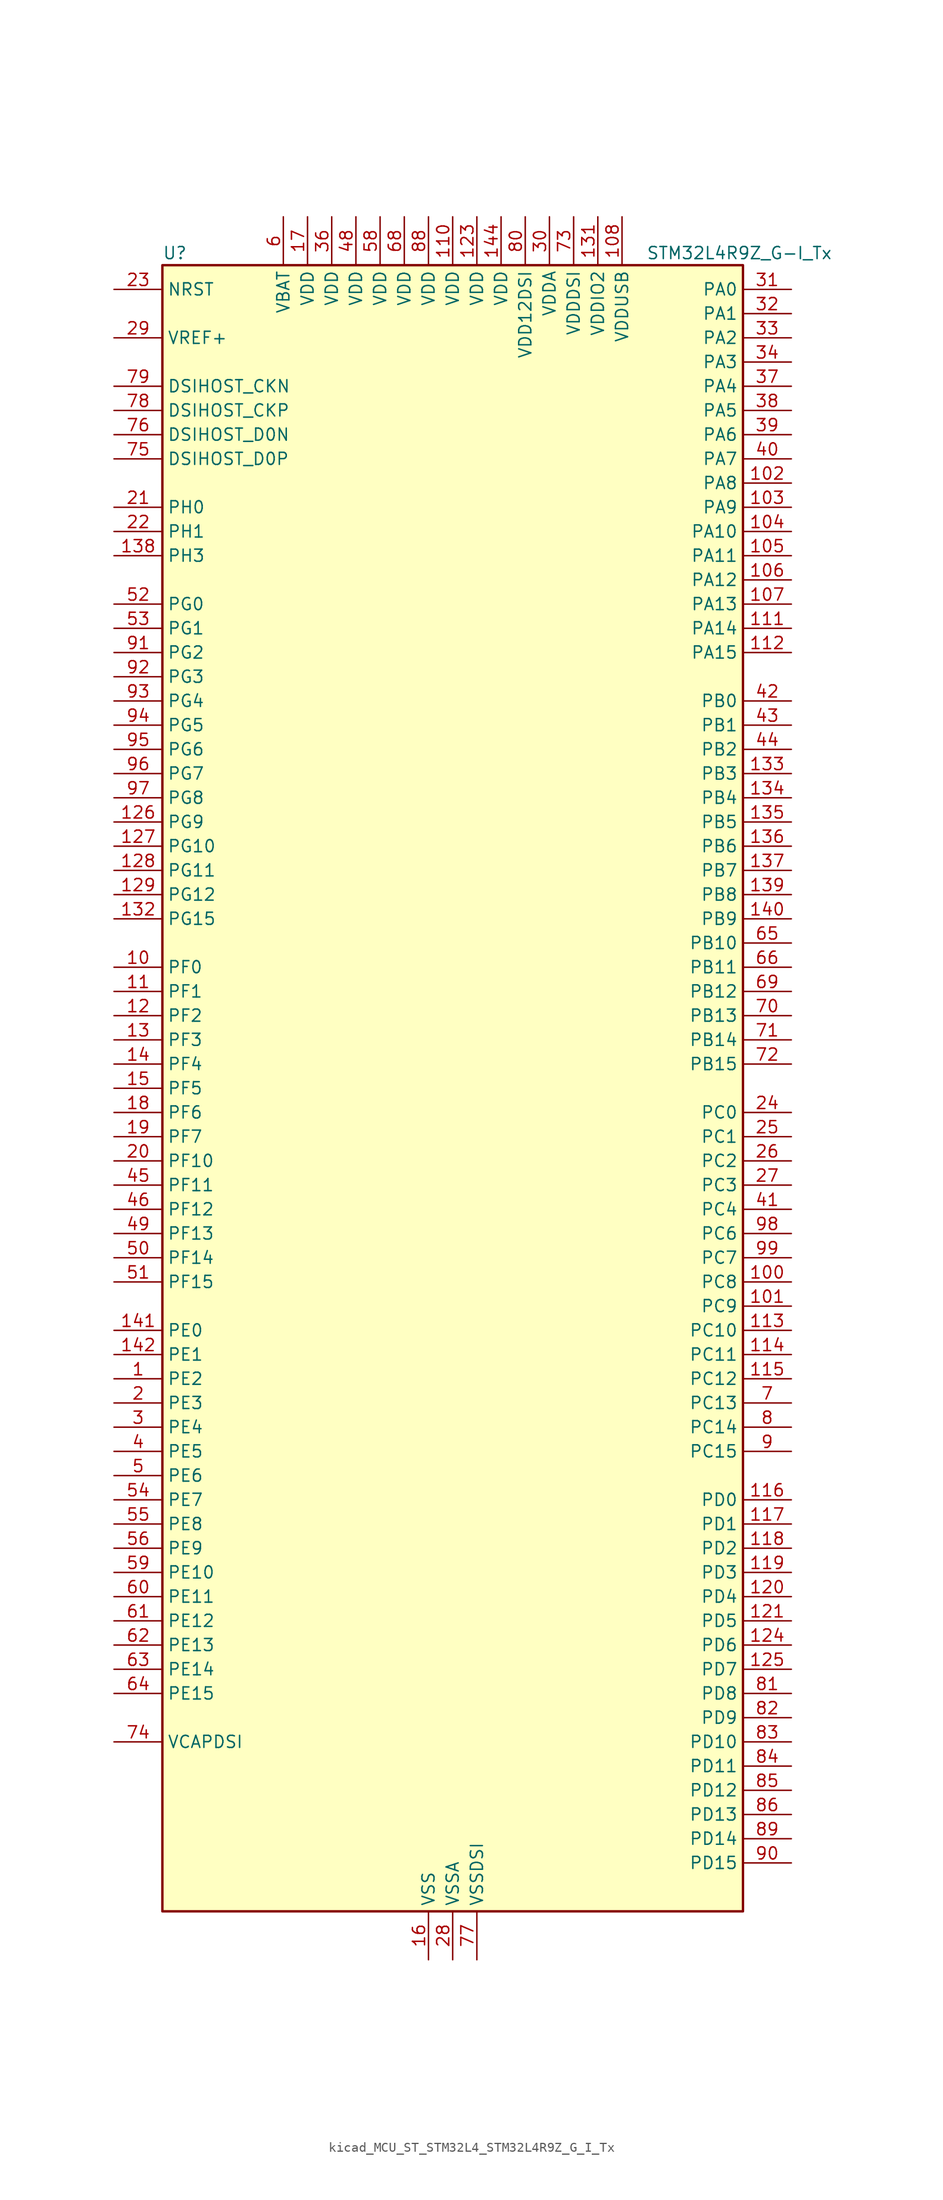
<source format=kicad_sym>
(kicad_symbol_lib
  (version 20220914)
  (generator kicad_symbol_editor)
  (symbol "kicad_MCU_ST_STM32L4_STM32L4R9Z_G_I_Tx"
    (property "Reference" "U"
      (at -30.48 87.63 0)
      (effects (font (size 1.27 1.27)) (justify left)))
    (property "Value" "STM32L4R9Z_G-I_Tx"
      (at 20.32 87.63 0)
      (effects (font (size 1.27 1.27)) (justify left)))
    (property "ki_locked" ""
      (at 0 0 0)
      (effects (font (size 1.27 1.27))))
    (symbol "kicad_MCU_ST_STM32L4_STM32L4R9Z_G_I_Tx_0_1"
      (rectangle (start -30.48 -86.36) (end 30.48 86.36) (stroke (width 0.254) (type default)) (fill (type background))))
    (symbol "kicad_MCU_ST_STM32L4_STM32L4R9Z_G_I_Tx_1_1"
      (pin bidirectional line (at -35.56 -30.48 0) (length 5.08) (name "PE2" (effects (font (size 1.27 1.27)))) (number "1" (effects (font (size 1.27 1.27)))) (alternate "FMC_A23" bidirectional line) (alternate "LTDC_R0" bidirectional line) (alternate "SAI1_CK1" bidirectional line) (alternate "SAI1_MCLK_A" bidirectional line) (alternate "SYS_TRACECLK" bidirectional line) (alternate "TIM3_ETR" bidirectional line) (alternate "TSC_G7_IO1" bidirectional line))
      (pin bidirectional line (at -35.56 12.7 0) (length 5.08) (name "PF0" (effects (font (size 1.27 1.27)))) (number "10" (effects (font (size 1.27 1.27)))) (alternate "FMC_A0" bidirectional line) (alternate "I2C2_SDA" bidirectional line) (alternate "OCTOSPIM_P2_IO0" bidirectional line))
      (pin bidirectional line (at 35.56 -20.32 180) (length 5.08) (name "PC8" (effects (font (size 1.27 1.27)))) (number "100" (effects (font (size 1.27 1.27)))) (alternate "DCMI_D2" bidirectional line) (alternate "SDMMC1_D0" bidirectional line) (alternate "TIM3_CH3" bidirectional line) (alternate "TIM8_CH3" bidirectional line) (alternate "TSC_G4_IO3" bidirectional line))
      (pin bidirectional line (at 35.56 -22.86 180) (length 5.08) (name "PC9" (effects (font (size 1.27 1.27)))) (number "101" (effects (font (size 1.27 1.27)))) (alternate "DAC1_EXTI9" bidirectional line) (alternate "DCMI_D3" bidirectional line) (alternate "I2C3_SDA" bidirectional line) (alternate "SAI2_EXTCLK" bidirectional line) (alternate "SDMMC1_D1" bidirectional line) (alternate "SYS_TRACED0" bidirectional line) (alternate "TIM3_CH4" bidirectional line) (alternate "TIM8_BKIN2" bidirectional line) (alternate "TIM8_CH4" bidirectional line) (alternate "TSC_G4_IO4" bidirectional line) (alternate "USB_OTG_FS_NOE" bidirectional line))
      (pin bidirectional line (at 35.56 63.5 180) (length 5.08) (name "PA8" (effects (font (size 1.27 1.27)))) (number "102" (effects (font (size 1.27 1.27)))) (alternate "LPTIM2_OUT" bidirectional line) (alternate "RCC_MCO" bidirectional line) (alternate "SAI1_CK2" bidirectional line) (alternate "SAI1_SCK_A" bidirectional line) (alternate "TIM1_CH1" bidirectional line) (alternate "USART1_CK" bidirectional line) (alternate "USB_OTG_FS_SOF" bidirectional line))
      (pin bidirectional line (at 35.56 60.96 180) (length 5.08) (name "PA9" (effects (font (size 1.27 1.27)))) (number "103" (effects (font (size 1.27 1.27)))) (alternate "DAC1_EXTI9" bidirectional line) (alternate "DCMI_D0" bidirectional line) (alternate "SAI1_FS_A" bidirectional line) (alternate "SPI2_SCK" bidirectional line) (alternate "TIM15_BKIN" bidirectional line) (alternate "TIM1_CH2" bidirectional line) (alternate "USART1_TX" bidirectional line) (alternate "USB_OTG_FS_VBUS" bidirectional line))
      (pin bidirectional line (at 35.56 58.42 180) (length 5.08) (name "PA10" (effects (font (size 1.27 1.27)))) (number "104" (effects (font (size 1.27 1.27)))) (alternate "DCMI_D1" bidirectional line) (alternate "SAI1_D1" bidirectional line) (alternate "SAI1_SD_A" bidirectional line) (alternate "TIM17_BKIN" bidirectional line) (alternate "TIM1_CH3" bidirectional line) (alternate "USART1_RX" bidirectional line) (alternate "USB_OTG_FS_ID" bidirectional line))
      (pin bidirectional line (at 35.56 55.88 180) (length 5.08) (name "PA11" (effects (font (size 1.27 1.27)))) (number "105" (effects (font (size 1.27 1.27)))) (alternate "ADC1_EXTI11" bidirectional line) (alternate "CAN1_RX" bidirectional line) (alternate "SPI1_MISO" bidirectional line) (alternate "TIM1_BKIN2" bidirectional line) (alternate "TIM1_CH4" bidirectional line) (alternate "USART1_CTS" bidirectional line) (alternate "USART1_NSS" bidirectional line) (alternate "USB_OTG_FS_DM" bidirectional line))
      (pin bidirectional line (at 35.56 53.34 180) (length 5.08) (name "PA12" (effects (font (size 1.27 1.27)))) (number "106" (effects (font (size 1.27 1.27)))) (alternate "CAN1_TX" bidirectional line) (alternate "SPI1_MOSI" bidirectional line) (alternate "TIM1_ETR" bidirectional line) (alternate "USART1_DE" bidirectional line) (alternate "USART1_RTS" bidirectional line) (alternate "USB_OTG_FS_DP" bidirectional line))
      (pin bidirectional line (at 35.56 50.8 180) (length 5.08) (name "PA13" (effects (font (size 1.27 1.27)))) (number "107" (effects (font (size 1.27 1.27)))) (alternate "IR_OUT" bidirectional line) (alternate "SAI1_SD_B" bidirectional line) (alternate "SYS_JTMS-SWDIO" bidirectional line) (alternate "USB_OTG_FS_NOE" bidirectional line))
      (pin power_in line (at 17.78 91.44 270) (length 5.08) (name "VDDUSB" (effects (font (size 1.27 1.27)))) (number "108" (effects (font (size 1.27 1.27)))))
      (pin passive line (at -2.54 -91.44 90) (length 5.08) hide (name "VSS" (effects (font (size 1.27 1.27)))) (number "109" (effects (font (size 1.27 1.27)))))
      (pin bidirectional line (at -35.56 10.16 0) (length 5.08) (name "PF1" (effects (font (size 1.27 1.27)))) (number "11" (effects (font (size 1.27 1.27)))) (alternate "FMC_A1" bidirectional line) (alternate "I2C2_SCL" bidirectional line) (alternate "OCTOSPIM_P2_IO1" bidirectional line))
      (pin power_in line (at 0 91.44 270) (length 5.08) (name "VDD" (effects (font (size 1.27 1.27)))) (number "110" (effects (font (size 1.27 1.27)))))
      (pin bidirectional line (at 35.56 48.26 180) (length 5.08) (name "PA14" (effects (font (size 1.27 1.27)))) (number "111" (effects (font (size 1.27 1.27)))) (alternate "I2C1_SMBA" bidirectional line) (alternate "I2C4_SMBA" bidirectional line) (alternate "LPTIM1_OUT" bidirectional line) (alternate "SAI1_FS_B" bidirectional line) (alternate "SYS_JTCK-SWCLK" bidirectional line) (alternate "USB_OTG_FS_SOF" bidirectional line))
      (pin bidirectional line (at 35.56 45.72 180) (length 5.08) (name "PA15" (effects (font (size 1.27 1.27)))) (number "112" (effects (font (size 1.27 1.27)))) (alternate "ADC1_EXTI15" bidirectional line) (alternate "SAI2_FS_B" bidirectional line) (alternate "SPI1_NSS" bidirectional line) (alternate "SPI3_NSS" bidirectional line) (alternate "SYS_JTDI" bidirectional line) (alternate "TIM2_CH1" bidirectional line) (alternate "TIM2_ETR" bidirectional line) (alternate "TSC_G3_IO1" bidirectional line) (alternate "UART4_DE" bidirectional line) (alternate "UART4_RTS" bidirectional line) (alternate "USART2_RX" bidirectional line) (alternate "USART3_DE" bidirectional line) (alternate "USART3_RTS" bidirectional line))
      (pin bidirectional line (at 35.56 -25.4 180) (length 5.08) (name "PC10" (effects (font (size 1.27 1.27)))) (number "113" (effects (font (size 1.27 1.27)))) (alternate "DCMI_D8" bidirectional line) (alternate "SAI2_SCK_B" bidirectional line) (alternate "SDMMC1_D2" bidirectional line) (alternate "SPI3_SCK" bidirectional line) (alternate "SYS_TRACED1" bidirectional line) (alternate "TSC_G3_IO2" bidirectional line) (alternate "UART4_TX" bidirectional line) (alternate "USART3_TX" bidirectional line))
      (pin bidirectional line (at 35.56 -27.94 180) (length 5.08) (name "PC11" (effects (font (size 1.27 1.27)))) (number "114" (effects (font (size 1.27 1.27)))) (alternate "ADC1_EXTI11" bidirectional line) (alternate "DCMI_D2" bidirectional line) (alternate "DCMI_D4" bidirectional line) (alternate "OCTOSPIM_P1_NCS" bidirectional line) (alternate "SAI2_MCLK_B" bidirectional line) (alternate "SDMMC1_D3" bidirectional line) (alternate "SPI3_MISO" bidirectional line) (alternate "TSC_G3_IO3" bidirectional line) (alternate "UART4_RX" bidirectional line) (alternate "USART3_RX" bidirectional line))
      (pin bidirectional line (at 35.56 -30.48 180) (length 5.08) (name "PC12" (effects (font (size 1.27 1.27)))) (number "115" (effects (font (size 1.27 1.27)))) (alternate "DCMI_D9" bidirectional line) (alternate "SAI2_SD_B" bidirectional line) (alternate "SDMMC1_CK" bidirectional line) (alternate "SPI3_MOSI" bidirectional line) (alternate "SYS_TRACED3" bidirectional line) (alternate "TSC_G3_IO4" bidirectional line) (alternate "UART5_TX" bidirectional line) (alternate "USART3_CK" bidirectional line))
      (pin bidirectional line (at 35.56 -43.18 180) (length 5.08) (name "PD0" (effects (font (size 1.27 1.27)))) (number "116" (effects (font (size 1.27 1.27)))) (alternate "CAN1_RX" bidirectional line) (alternate "DFSDM1_DATIN7" bidirectional line) (alternate "FMC_D2" bidirectional line) (alternate "FMC_DA2" bidirectional line) (alternate "LTDC_B4" bidirectional line) (alternate "SPI2_NSS" bidirectional line))
      (pin bidirectional line (at 35.56 -45.72 180) (length 5.08) (name "PD1" (effects (font (size 1.27 1.27)))) (number "117" (effects (font (size 1.27 1.27)))) (alternate "CAN1_TX" bidirectional line) (alternate "DFSDM1_CKIN7" bidirectional line) (alternate "FMC_D3" bidirectional line) (alternate "FMC_DA3" bidirectional line) (alternate "LTDC_B5" bidirectional line) (alternate "SPI2_SCK" bidirectional line))
      (pin bidirectional line (at 35.56 -48.26 180) (length 5.08) (name "PD2" (effects (font (size 1.27 1.27)))) (number "118" (effects (font (size 1.27 1.27)))) (alternate "DCMI_D11" bidirectional line) (alternate "SDMMC1_CMD" bidirectional line) (alternate "SYS_TRACED2" bidirectional line) (alternate "TIM3_ETR" bidirectional line) (alternate "TSC_SYNC" bidirectional line) (alternate "UART5_RX" bidirectional line) (alternate "USART3_DE" bidirectional line) (alternate "USART3_RTS" bidirectional line))
      (pin bidirectional line (at 35.56 -50.8 180) (length 5.08) (name "PD3" (effects (font (size 1.27 1.27)))) (number "119" (effects (font (size 1.27 1.27)))) (alternate "DCMI_D5" bidirectional line) (alternate "DFSDM1_DATIN0" bidirectional line) (alternate "FMC_CLK" bidirectional line) (alternate "LTDC_CLK" bidirectional line) (alternate "OCTOSPIM_P2_NCS" bidirectional line) (alternate "SPI2_MISO" bidirectional line) (alternate "SPI2_SCK" bidirectional line) (alternate "USART2_CTS" bidirectional line) (alternate "USART2_NSS" bidirectional line))
      (pin bidirectional line (at -35.56 7.62 0) (length 5.08) (name "PF2" (effects (font (size 1.27 1.27)))) (number "12" (effects (font (size 1.27 1.27)))) (alternate "FMC_A2" bidirectional line) (alternate "I2C2_SMBA" bidirectional line) (alternate "OCTOSPIM_P2_IO2" bidirectional line))
      (pin bidirectional line (at 35.56 -53.34 180) (length 5.08) (name "PD4" (effects (font (size 1.27 1.27)))) (number "120" (effects (font (size 1.27 1.27)))) (alternate "DFSDM1_CKIN0" bidirectional line) (alternate "FMC_NOE" bidirectional line) (alternate "OCTOSPIM_P1_IO4" bidirectional line) (alternate "SPI2_MOSI" bidirectional line) (alternate "USART2_DE" bidirectional line) (alternate "USART2_RTS" bidirectional line))
      (pin bidirectional line (at 35.56 -55.88 180) (length 5.08) (name "PD5" (effects (font (size 1.27 1.27)))) (number "121" (effects (font (size 1.27 1.27)))) (alternate "FMC_NWE" bidirectional line) (alternate "OCTOSPIM_P1_IO5" bidirectional line) (alternate "USART2_TX" bidirectional line))
      (pin passive line (at -2.54 -91.44 90) (length 5.08) hide (name "VSS" (effects (font (size 1.27 1.27)))) (number "122" (effects (font (size 1.27 1.27)))))
      (pin power_in line (at 2.54 91.44 270) (length 5.08) (name "VDD" (effects (font (size 1.27 1.27)))) (number "123" (effects (font (size 1.27 1.27)))))
      (pin bidirectional line (at 35.56 -58.42 180) (length 5.08) (name "PD6" (effects (font (size 1.27 1.27)))) (number "124" (effects (font (size 1.27 1.27)))) (alternate "DCMI_D10" bidirectional line) (alternate "DFSDM1_DATIN1" bidirectional line) (alternate "FMC_NWAIT" bidirectional line) (alternate "LTDC_DE" bidirectional line) (alternate "OCTOSPIM_P1_IO6" bidirectional line) (alternate "SAI1_D1" bidirectional line) (alternate "SAI1_SD_A" bidirectional line) (alternate "SPI3_MOSI" bidirectional line) (alternate "USART2_RX" bidirectional line))
      (pin bidirectional line (at 35.56 -60.96 180) (length 5.08) (name "PD7" (effects (font (size 1.27 1.27)))) (number "125" (effects (font (size 1.27 1.27)))) (alternate "DFSDM1_CKIN1" bidirectional line) (alternate "FMC_NCE" bidirectional line) (alternate "FMC_NE1" bidirectional line) (alternate "OCTOSPIM_P1_IO7" bidirectional line) (alternate "USART2_CK" bidirectional line))
      (pin bidirectional line (at -35.56 27.94 0) (length 5.08) (name "PG9" (effects (font (size 1.27 1.27)))) (number "126" (effects (font (size 1.27 1.27)))) (alternate "DAC1_EXTI9" bidirectional line) (alternate "FMC_NCE" bidirectional line) (alternate "FMC_NE2" bidirectional line) (alternate "OCTOSPIM_P2_IO6" bidirectional line) (alternate "SAI2_SCK_A" bidirectional line) (alternate "SPI3_SCK" bidirectional line) (alternate "TIM15_CH1N" bidirectional line) (alternate "USART1_TX" bidirectional line))
      (pin bidirectional line (at -35.56 25.4 0) (length 5.08) (name "PG10" (effects (font (size 1.27 1.27)))) (number "127" (effects (font (size 1.27 1.27)))) (alternate "FMC_NE3" bidirectional line) (alternate "LPTIM1_IN1" bidirectional line) (alternate "OCTOSPIM_P2_IO7" bidirectional line) (alternate "SAI2_FS_A" bidirectional line) (alternate "SPI3_MISO" bidirectional line) (alternate "TIM15_CH1" bidirectional line) (alternate "USART1_RX" bidirectional line))
      (pin bidirectional line (at -35.56 22.86 0) (length 5.08) (name "PG11" (effects (font (size 1.27 1.27)))) (number "128" (effects (font (size 1.27 1.27)))) (alternate "ADC1_EXTI11" bidirectional line) (alternate "LPTIM1_IN2" bidirectional line) (alternate "OCTOSPIM_P1_IO5" bidirectional line) (alternate "SAI2_MCLK_A" bidirectional line) (alternate "SPI3_MOSI" bidirectional line) (alternate "TIM15_CH2" bidirectional line) (alternate "USART1_CTS" bidirectional line) (alternate "USART1_NSS" bidirectional line))
      (pin bidirectional line (at -35.56 20.32 0) (length 5.08) (name "PG12" (effects (font (size 1.27 1.27)))) (number "129" (effects (font (size 1.27 1.27)))) (alternate "FMC_NE4" bidirectional line) (alternate "LPTIM1_ETR" bidirectional line) (alternate "OCTOSPIM_P2_NCS" bidirectional line) (alternate "SAI2_SD_A" bidirectional line) (alternate "SPI3_NSS" bidirectional line) (alternate "USART1_DE" bidirectional line) (alternate "USART1_RTS" bidirectional line))
      (pin bidirectional line (at -35.56 5.08 0) (length 5.08) (name "PF3" (effects (font (size 1.27 1.27)))) (number "13" (effects (font (size 1.27 1.27)))) (alternate "FMC_A3" bidirectional line) (alternate "OCTOSPIM_P2_IO3" bidirectional line))
      (pin passive line (at -2.54 -91.44 90) (length 5.08) hide (name "VSS" (effects (font (size 1.27 1.27)))) (number "130" (effects (font (size 1.27 1.27)))))
      (pin power_in line (at 15.24 91.44 270) (length 5.08) (name "VDDIO2" (effects (font (size 1.27 1.27)))) (number "131" (effects (font (size 1.27 1.27)))))
      (pin bidirectional line (at -35.56 17.78 0) (length 5.08) (name "PG15" (effects (font (size 1.27 1.27)))) (number "132" (effects (font (size 1.27 1.27)))) (alternate "ADC1_EXTI15" bidirectional line) (alternate "DCMI_D13" bidirectional line) (alternate "I2C1_SMBA" bidirectional line) (alternate "LPTIM1_OUT" bidirectional line) (alternate "OCTOSPIM_P2_DQS" bidirectional line))
      (pin bidirectional line (at 35.56 33.02 180) (length 5.08) (name "PB3" (effects (font (size 1.27 1.27)))) (number "133" (effects (font (size 1.27 1.27)))) (alternate "COMP2_INM" bidirectional line) (alternate "CRS_SYNC" bidirectional line) (alternate "SAI1_SCK_B" bidirectional line) (alternate "SPI1_SCK" bidirectional line) (alternate "SPI3_SCK" bidirectional line) (alternate "SYS_JTDO-SWO" bidirectional line) (alternate "TIM2_CH2" bidirectional line) (alternate "USART1_DE" bidirectional line) (alternate "USART1_RTS" bidirectional line))
      (pin bidirectional line (at 35.56 30.48 180) (length 5.08) (name "PB4" (effects (font (size 1.27 1.27)))) (number "134" (effects (font (size 1.27 1.27)))) (alternate "COMP2_INP" bidirectional line) (alternate "DCMI_D12" bidirectional line) (alternate "I2C3_SDA" bidirectional line) (alternate "SAI1_MCLK_B" bidirectional line) (alternate "SPI1_MISO" bidirectional line) (alternate "SPI3_MISO" bidirectional line) (alternate "SYS_JTRST" bidirectional line) (alternate "TIM17_BKIN" bidirectional line) (alternate "TIM3_CH1" bidirectional line) (alternate "TSC_G2_IO1" bidirectional line) (alternate "UART5_DE" bidirectional line) (alternate "UART5_RTS" bidirectional line) (alternate "USART1_CTS" bidirectional line) (alternate "USART1_NSS" bidirectional line))
      (pin bidirectional line (at 35.56 27.94 180) (length 5.08) (name "PB5" (effects (font (size 1.27 1.27)))) (number "135" (effects (font (size 1.27 1.27)))) (alternate "COMP2_OUT" bidirectional line) (alternate "DCMI_D10" bidirectional line) (alternate "I2C1_SMBA" bidirectional line) (alternate "LPTIM1_IN1" bidirectional line) (alternate "SAI1_SD_B" bidirectional line) (alternate "SPI1_MOSI" bidirectional line) (alternate "SPI3_MOSI" bidirectional line) (alternate "TIM16_BKIN" bidirectional line) (alternate "TIM3_CH2" bidirectional line) (alternate "TSC_G2_IO2" bidirectional line) (alternate "UART5_CTS" bidirectional line) (alternate "USART1_CK" bidirectional line))
      (pin bidirectional line (at 35.56 25.4 180) (length 5.08) (name "PB6" (effects (font (size 1.27 1.27)))) (number "136" (effects (font (size 1.27 1.27)))) (alternate "COMP2_INP" bidirectional line) (alternate "DCMI_D5" bidirectional line) (alternate "DFSDM1_DATIN5" bidirectional line) (alternate "I2C1_SCL" bidirectional line) (alternate "I2C4_SCL" bidirectional line) (alternate "LPTIM1_ETR" bidirectional line) (alternate "SAI1_FS_B" bidirectional line) (alternate "TIM16_CH1N" bidirectional line) (alternate "TIM4_CH1" bidirectional line) (alternate "TIM8_BKIN2" bidirectional line) (alternate "TSC_G2_IO3" bidirectional line) (alternate "USART1_TX" bidirectional line))
      (pin bidirectional line (at 35.56 22.86 180) (length 5.08) (name "PB7" (effects (font (size 1.27 1.27)))) (number "137" (effects (font (size 1.27 1.27)))) (alternate "COMP2_INM" bidirectional line) (alternate "DCMI_VSYNC" bidirectional line) (alternate "DFSDM1_CKIN5" bidirectional line) (alternate "DSIHOST_TE" bidirectional line) (alternate "FMC_NL" bidirectional line) (alternate "I2C1_SDA" bidirectional line) (alternate "I2C4_SDA" bidirectional line) (alternate "LPTIM1_IN2" bidirectional line) (alternate "SYS_PVD_IN" bidirectional line) (alternate "TIM17_CH1N" bidirectional line) (alternate "TIM4_CH2" bidirectional line) (alternate "TIM8_BKIN" bidirectional line) (alternate "TSC_G2_IO4" bidirectional line) (alternate "UART4_CTS" bidirectional line) (alternate "USART1_RX" bidirectional line))
      (pin bidirectional line (at -35.56 55.88 0) (length 5.08) (name "PH3" (effects (font (size 1.27 1.27)))) (number "138" (effects (font (size 1.27 1.27)))))
      (pin bidirectional line (at 35.56 20.32 180) (length 5.08) (name "PB8" (effects (font (size 1.27 1.27)))) (number "139" (effects (font (size 1.27 1.27)))) (alternate "CAN1_RX" bidirectional line) (alternate "DCMI_D6" bidirectional line) (alternate "DFSDM1_CKOUT" bidirectional line) (alternate "DFSDM1_DATIN6" bidirectional line) (alternate "I2C1_SCL" bidirectional line) (alternate "LTDC_B1" bidirectional line) (alternate "SAI1_CK1" bidirectional line) (alternate "SAI1_MCLK_A" bidirectional line) (alternate "SDMMC1_CKIN" bidirectional line) (alternate "SDMMC1_D4" bidirectional line) (alternate "TIM16_CH1" bidirectional line) (alternate "TIM4_CH3" bidirectional line))
      (pin bidirectional line (at -35.56 2.54 0) (length 5.08) (name "PF4" (effects (font (size 1.27 1.27)))) (number "14" (effects (font (size 1.27 1.27)))) (alternate "FMC_A4" bidirectional line) (alternate "OCTOSPIM_P2_CLK" bidirectional line))
      (pin bidirectional line (at 35.56 17.78 180) (length 5.08) (name "PB9" (effects (font (size 1.27 1.27)))) (number "140" (effects (font (size 1.27 1.27)))) (alternate "CAN1_TX" bidirectional line) (alternate "DAC1_EXTI9" bidirectional line) (alternate "DCMI_D7" bidirectional line) (alternate "DFSDM1_CKIN6" bidirectional line) (alternate "I2C1_SDA" bidirectional line) (alternate "IR_OUT" bidirectional line) (alternate "SAI1_D2" bidirectional line) (alternate "SAI1_FS_A" bidirectional line) (alternate "SDMMC1_CDIR" bidirectional line) (alternate "SDMMC1_D5" bidirectional line) (alternate "SPI2_NSS" bidirectional line) (alternate "TIM17_CH1" bidirectional line) (alternate "TIM4_CH4" bidirectional line))
      (pin bidirectional line (at -35.56 -25.4 0) (length 5.08) (name "PE0" (effects (font (size 1.27 1.27)))) (number "141" (effects (font (size 1.27 1.27)))) (alternate "DCMI_D2" bidirectional line) (alternate "FMC_NBL0" bidirectional line) (alternate "LTDC_HSYNC" bidirectional line) (alternate "TIM16_CH1" bidirectional line) (alternate "TIM4_ETR" bidirectional line))
      (pin bidirectional line (at -35.56 -27.94 0) (length 5.08) (name "PE1" (effects (font (size 1.27 1.27)))) (number "142" (effects (font (size 1.27 1.27)))) (alternate "DCMI_D3" bidirectional line) (alternate "FMC_NBL1" bidirectional line) (alternate "LTDC_VSYNC" bidirectional line) (alternate "TIM17_CH1" bidirectional line))
      (pin passive line (at -2.54 -91.44 90) (length 5.08) hide (name "VSS" (effects (font (size 1.27 1.27)))) (number "143" (effects (font (size 1.27 1.27)))))
      (pin power_in line (at 5.08 91.44 270) (length 5.08) (name "VDD" (effects (font (size 1.27 1.27)))) (number "144" (effects (font (size 1.27 1.27)))))
      (pin bidirectional line (at -35.56 0 0) (length 5.08) (name "PF5" (effects (font (size 1.27 1.27)))) (number "15" (effects (font (size 1.27 1.27)))) (alternate "FMC_A5" bidirectional line))
      (pin power_in line (at -2.54 -91.44 90) (length 5.08) (name "VSS" (effects (font (size 1.27 1.27)))) (number "16" (effects (font (size 1.27 1.27)))))
      (pin power_in line (at -15.24 91.44 270) (length 5.08) (name "VDD" (effects (font (size 1.27 1.27)))) (number "17" (effects (font (size 1.27 1.27)))))
      (pin bidirectional line (at -35.56 -2.54 0) (length 5.08) (name "PF6" (effects (font (size 1.27 1.27)))) (number "18" (effects (font (size 1.27 1.27)))) (alternate "OCTOSPIM_P1_IO3" bidirectional line) (alternate "SAI1_SD_B" bidirectional line) (alternate "TIM5_CH1" bidirectional line) (alternate "TIM5_ETR" bidirectional line))
      (pin bidirectional line (at -35.56 -5.08 0) (length 5.08) (name "PF7" (effects (font (size 1.27 1.27)))) (number "19" (effects (font (size 1.27 1.27)))) (alternate "OCTOSPIM_P1_IO2" bidirectional line) (alternate "SAI1_MCLK_B" bidirectional line) (alternate "TIM5_CH2" bidirectional line))
      (pin bidirectional line (at -35.56 -33.02 0) (length 5.08) (name "PE3" (effects (font (size 1.27 1.27)))) (number "2" (effects (font (size 1.27 1.27)))) (alternate "FMC_A19" bidirectional line) (alternate "LTDC_R1" bidirectional line) (alternate "OCTOSPIM_P1_DQS" bidirectional line) (alternate "SAI1_SD_B" bidirectional line) (alternate "SYS_TRACED0" bidirectional line) (alternate "TIM3_CH1" bidirectional line) (alternate "TSC_G7_IO2" bidirectional line))
      (pin bidirectional line (at -35.56 -7.62 0) (length 5.08) (name "PF10" (effects (font (size 1.27 1.27)))) (number "20" (effects (font (size 1.27 1.27)))) (alternate "DCMI_D11" bidirectional line) (alternate "DFSDM1_CKOUT" bidirectional line) (alternate "OCTOSPIM_P1_CLK" bidirectional line) (alternate "SAI1_D3" bidirectional line) (alternate "TIM15_CH2" bidirectional line))
      (pin bidirectional line (at -35.56 60.96 0) (length 5.08) (name "PH0" (effects (font (size 1.27 1.27)))) (number "21" (effects (font (size 1.27 1.27)))) (alternate "RCC_OSC_IN" bidirectional line))
      (pin bidirectional line (at -35.56 58.42 0) (length 5.08) (name "PH1" (effects (font (size 1.27 1.27)))) (number "22" (effects (font (size 1.27 1.27)))) (alternate "RCC_OSC_OUT" bidirectional line))
      (pin input line (at -35.56 83.82 0) (length 5.08) (name "NRST" (effects (font (size 1.27 1.27)))) (number "23" (effects (font (size 1.27 1.27)))))
      (pin bidirectional line (at 35.56 -2.54 180) (length 5.08) (name "PC0" (effects (font (size 1.27 1.27)))) (number "24" (effects (font (size 1.27 1.27)))) (alternate "ADC1_IN1" bidirectional line) (alternate "DFSDM1_DATIN4" bidirectional line) (alternate "I2C3_SCL" bidirectional line) (alternate "LPTIM1_IN1" bidirectional line) (alternate "LPTIM2_IN1" bidirectional line) (alternate "LPUART1_RX" bidirectional line) (alternate "SAI2_FS_A" bidirectional line))
      (pin bidirectional line (at 35.56 -5.08 180) (length 5.08) (name "PC1" (effects (font (size 1.27 1.27)))) (number "25" (effects (font (size 1.27 1.27)))) (alternate "ADC1_IN2" bidirectional line) (alternate "DFSDM1_CKIN4" bidirectional line) (alternate "I2C3_SDA" bidirectional line) (alternate "LPTIM1_OUT" bidirectional line) (alternate "LPUART1_TX" bidirectional line) (alternate "OCTOSPIM_P1_IO4" bidirectional line) (alternate "SAI1_SD_A" bidirectional line) (alternate "SPI2_MOSI" bidirectional line) (alternate "SYS_TRACED0" bidirectional line))
      (pin bidirectional line (at 35.56 -7.62 180) (length 5.08) (name "PC2" (effects (font (size 1.27 1.27)))) (number "26" (effects (font (size 1.27 1.27)))) (alternate "ADC1_IN3" bidirectional line) (alternate "DFSDM1_CKOUT" bidirectional line) (alternate "LPTIM1_IN2" bidirectional line) (alternate "OCTOSPIM_P1_IO5" bidirectional line) (alternate "SPI2_MISO" bidirectional line))
      (pin bidirectional line (at 35.56 -10.16 180) (length 5.08) (name "PC3" (effects (font (size 1.27 1.27)))) (number "27" (effects (font (size 1.27 1.27)))) (alternate "ADC1_IN4" bidirectional line) (alternate "LPTIM1_ETR" bidirectional line) (alternate "LPTIM2_ETR" bidirectional line) (alternate "OCTOSPIM_P1_IO6" bidirectional line) (alternate "SAI1_D1" bidirectional line) (alternate "SAI1_SD_A" bidirectional line) (alternate "SPI2_MOSI" bidirectional line))
      (pin power_in line (at 0 -91.44 90) (length 5.08) (name "VSSA" (effects (font (size 1.27 1.27)))) (number "28" (effects (font (size 1.27 1.27)))))
      (pin input line (at -35.56 78.74 0) (length 5.08) (name "VREF+" (effects (font (size 1.27 1.27)))) (number "29" (effects (font (size 1.27 1.27)))) (alternate "VREFBUF_OUT" bidirectional line))
      (pin bidirectional line (at -35.56 -35.56 0) (length 5.08) (name "PE4" (effects (font (size 1.27 1.27)))) (number "3" (effects (font (size 1.27 1.27)))) (alternate "DCMI_D4" bidirectional line) (alternate "DFSDM1_DATIN3" bidirectional line) (alternate "FMC_A20" bidirectional line) (alternate "LTDC_B0" bidirectional line) (alternate "SAI1_D2" bidirectional line) (alternate "SAI1_FS_A" bidirectional line) (alternate "SYS_TRACED1" bidirectional line) (alternate "TIM3_CH2" bidirectional line) (alternate "TSC_G7_IO3" bidirectional line))
      (pin power_in line (at 10.16 91.44 270) (length 5.08) (name "VDDA" (effects (font (size 1.27 1.27)))) (number "30" (effects (font (size 1.27 1.27)))))
      (pin bidirectional line (at 35.56 83.82 180) (length 5.08) (name "PA0" (effects (font (size 1.27 1.27)))) (number "31" (effects (font (size 1.27 1.27)))) (alternate "ADC1_IN5" bidirectional line) (alternate "OPAMP1_VINP" bidirectional line) (alternate "RTC_TAMP2" bidirectional line) (alternate "SAI1_EXTCLK" bidirectional line) (alternate "SYS_WKUP1" bidirectional line) (alternate "TIM2_CH1" bidirectional line) (alternate "TIM2_ETR" bidirectional line) (alternate "TIM5_CH1" bidirectional line) (alternate "TIM8_ETR" bidirectional line) (alternate "UART4_TX" bidirectional line) (alternate "USART2_CTS" bidirectional line) (alternate "USART2_NSS" bidirectional line))
      (pin bidirectional line (at 35.56 81.28 180) (length 5.08) (name "PA1" (effects (font (size 1.27 1.27)))) (number "32" (effects (font (size 1.27 1.27)))) (alternate "ADC1_IN6" bidirectional line) (alternate "I2C1_SMBA" bidirectional line) (alternate "OCTOSPIM_P1_DQS" bidirectional line) (alternate "OPAMP1_VINM" bidirectional line) (alternate "SPI1_SCK" bidirectional line) (alternate "TIM15_CH1N" bidirectional line) (alternate "TIM2_CH2" bidirectional line) (alternate "TIM5_CH2" bidirectional line) (alternate "UART4_RX" bidirectional line) (alternate "USART2_DE" bidirectional line) (alternate "USART2_RTS" bidirectional line))
      (pin bidirectional line (at 35.56 78.74 180) (length 5.08) (name "PA2" (effects (font (size 1.27 1.27)))) (number "33" (effects (font (size 1.27 1.27)))) (alternate "ADC1_IN7" bidirectional line) (alternate "LPUART1_TX" bidirectional line) (alternate "OCTOSPIM_P1_NCS" bidirectional line) (alternate "RCC_LSCO" bidirectional line) (alternate "SAI2_EXTCLK" bidirectional line) (alternate "SYS_WKUP4" bidirectional line) (alternate "TIM15_CH1" bidirectional line) (alternate "TIM2_CH3" bidirectional line) (alternate "TIM5_CH3" bidirectional line) (alternate "USART2_TX" bidirectional line))
      (pin bidirectional line (at 35.56 76.2 180) (length 5.08) (name "PA3" (effects (font (size 1.27 1.27)))) (number "34" (effects (font (size 1.27 1.27)))) (alternate "ADC1_IN8" bidirectional line) (alternate "LPUART1_RX" bidirectional line) (alternate "OCTOSPIM_P1_CLK" bidirectional line) (alternate "OPAMP1_VOUT" bidirectional line) (alternate "SAI1_CK1" bidirectional line) (alternate "SAI1_MCLK_A" bidirectional line) (alternate "TIM15_CH2" bidirectional line) (alternate "TIM2_CH4" bidirectional line) (alternate "TIM5_CH4" bidirectional line) (alternate "USART2_RX" bidirectional line))
      (pin passive line (at -2.54 -91.44 90) (length 5.08) hide (name "VSS" (effects (font (size 1.27 1.27)))) (number "35" (effects (font (size 1.27 1.27)))))
      (pin power_in line (at -12.7 91.44 270) (length 5.08) (name "VDD" (effects (font (size 1.27 1.27)))) (number "36" (effects (font (size 1.27 1.27)))))
      (pin bidirectional line (at 35.56 73.66 180) (length 5.08) (name "PA4" (effects (font (size 1.27 1.27)))) (number "37" (effects (font (size 1.27 1.27)))) (alternate "ADC1_IN9" bidirectional line) (alternate "DAC1_OUT1" bidirectional line) (alternate "DCMI_HSYNC" bidirectional line) (alternate "LPTIM2_OUT" bidirectional line) (alternate "OCTOSPIM_P1_NCS" bidirectional line) (alternate "SAI1_FS_B" bidirectional line) (alternate "SPI1_NSS" bidirectional line) (alternate "SPI3_NSS" bidirectional line) (alternate "USART2_CK" bidirectional line))
      (pin bidirectional line (at 35.56 71.12 180) (length 5.08) (name "PA5" (effects (font (size 1.27 1.27)))) (number "38" (effects (font (size 1.27 1.27)))) (alternate "ADC1_IN10" bidirectional line) (alternate "DAC1_OUT2" bidirectional line) (alternate "LPTIM2_ETR" bidirectional line) (alternate "SPI1_SCK" bidirectional line) (alternate "TIM2_CH1" bidirectional line) (alternate "TIM2_ETR" bidirectional line) (alternate "TIM8_CH1N" bidirectional line))
      (pin bidirectional line (at 35.56 68.58 180) (length 5.08) (name "PA6" (effects (font (size 1.27 1.27)))) (number "39" (effects (font (size 1.27 1.27)))) (alternate "ADC1_IN11" bidirectional line) (alternate "DCMI_PIXCLK" bidirectional line) (alternate "LPUART1_CTS" bidirectional line) (alternate "OCTOSPIM_P1_IO3" bidirectional line) (alternate "OPAMP2_VINP" bidirectional line) (alternate "SPI1_MISO" bidirectional line) (alternate "TIM16_CH1" bidirectional line) (alternate "TIM1_BKIN" bidirectional line) (alternate "TIM3_CH1" bidirectional line) (alternate "TIM8_BKIN" bidirectional line) (alternate "USART3_CTS" bidirectional line) (alternate "USART3_NSS" bidirectional line))
      (pin bidirectional line (at -35.56 -38.1 0) (length 5.08) (name "PE5" (effects (font (size 1.27 1.27)))) (number "4" (effects (font (size 1.27 1.27)))) (alternate "DCMI_D6" bidirectional line) (alternate "DFSDM1_CKIN3" bidirectional line) (alternate "FMC_A21" bidirectional line) (alternate "LTDC_G0" bidirectional line) (alternate "SAI1_CK2" bidirectional line) (alternate "SAI1_SCK_A" bidirectional line) (alternate "SYS_TRACED2" bidirectional line) (alternate "TIM3_CH3" bidirectional line) (alternate "TSC_G7_IO4" bidirectional line))
      (pin bidirectional line (at 35.56 66.04 180) (length 5.08) (name "PA7" (effects (font (size 1.27 1.27)))) (number "40" (effects (font (size 1.27 1.27)))) (alternate "ADC1_IN12" bidirectional line) (alternate "I2C3_SCL" bidirectional line) (alternate "OCTOSPIM_P1_IO2" bidirectional line) (alternate "OPAMP2_VINM" bidirectional line) (alternate "SPI1_MOSI" bidirectional line) (alternate "TIM17_CH1" bidirectional line) (alternate "TIM1_CH1N" bidirectional line) (alternate "TIM3_CH2" bidirectional line) (alternate "TIM8_CH1N" bidirectional line))
      (pin bidirectional line (at 35.56 -12.7 180) (length 5.08) (name "PC4" (effects (font (size 1.27 1.27)))) (number "41" (effects (font (size 1.27 1.27)))) (alternate "ADC1_IN13" bidirectional line) (alternate "COMP1_INM" bidirectional line) (alternate "OCTOSPIM_P1_IO7" bidirectional line) (alternate "USART3_TX" bidirectional line))
      (pin bidirectional line (at 35.56 40.64 180) (length 5.08) (name "PB0" (effects (font (size 1.27 1.27)))) (number "42" (effects (font (size 1.27 1.27)))) (alternate "ADC1_IN15" bidirectional line) (alternate "COMP1_OUT" bidirectional line) (alternate "OCTOSPIM_P1_IO1" bidirectional line) (alternate "OPAMP2_VOUT" bidirectional line) (alternate "SAI1_EXTCLK" bidirectional line) (alternate "SPI1_NSS" bidirectional line) (alternate "TIM1_CH2N" bidirectional line) (alternate "TIM3_CH3" bidirectional line) (alternate "TIM8_CH2N" bidirectional line) (alternate "USART3_CK" bidirectional line))
      (pin bidirectional line (at 35.56 38.1 180) (length 5.08) (name "PB1" (effects (font (size 1.27 1.27)))) (number "43" (effects (font (size 1.27 1.27)))) (alternate "ADC1_IN16" bidirectional line) (alternate "COMP1_INM" bidirectional line) (alternate "DFSDM1_DATIN0" bidirectional line) (alternate "LPTIM2_IN1" bidirectional line) (alternate "LPUART1_DE" bidirectional line) (alternate "LPUART1_RTS" bidirectional line) (alternate "OCTOSPIM_P1_IO0" bidirectional line) (alternate "TIM1_CH3N" bidirectional line) (alternate "TIM3_CH4" bidirectional line) (alternate "TIM8_CH3N" bidirectional line) (alternate "USART3_DE" bidirectional line) (alternate "USART3_RTS" bidirectional line))
      (pin bidirectional line (at 35.56 35.56 180) (length 5.08) (name "PB2" (effects (font (size 1.27 1.27)))) (number "44" (effects (font (size 1.27 1.27)))) (alternate "COMP1_INP" bidirectional line) (alternate "DFSDM1_CKIN0" bidirectional line) (alternate "I2C3_SMBA" bidirectional line) (alternate "LPTIM1_OUT" bidirectional line) (alternate "LTDC_B1" bidirectional line) (alternate "OCTOSPIM_P1_DQS" bidirectional line) (alternate "RTC_OUT_ALARM" bidirectional line) (alternate "RTC_OUT_CALIB" bidirectional line))
      (pin bidirectional line (at -35.56 -10.16 0) (length 5.08) (name "PF11" (effects (font (size 1.27 1.27)))) (number "45" (effects (font (size 1.27 1.27)))) (alternate "ADC1_EXTI11" bidirectional line) (alternate "DCMI_D12" bidirectional line) (alternate "DSIHOST_TE" bidirectional line) (alternate "LTDC_DE" bidirectional line))
      (pin bidirectional line (at -35.56 -12.7 0) (length 5.08) (name "PF12" (effects (font (size 1.27 1.27)))) (number "46" (effects (font (size 1.27 1.27)))) (alternate "FMC_A6" bidirectional line) (alternate "LTDC_B0" bidirectional line) (alternate "OCTOSPIM_P2_DQS" bidirectional line))
      (pin passive line (at -2.54 -91.44 90) (length 5.08) hide (name "VSS" (effects (font (size 1.27 1.27)))) (number "47" (effects (font (size 1.27 1.27)))))
      (pin power_in line (at -10.16 91.44 270) (length 5.08) (name "VDD" (effects (font (size 1.27 1.27)))) (number "48" (effects (font (size 1.27 1.27)))))
      (pin bidirectional line (at -35.56 -15.24 0) (length 5.08) (name "PF13" (effects (font (size 1.27 1.27)))) (number "49" (effects (font (size 1.27 1.27)))) (alternate "DFSDM1_DATIN6" bidirectional line) (alternate "FMC_A7" bidirectional line) (alternate "I2C4_SMBA" bidirectional line) (alternate "LTDC_B1" bidirectional line))
      (pin bidirectional line (at -35.56 -40.64 0) (length 5.08) (name "PE6" (effects (font (size 1.27 1.27)))) (number "5" (effects (font (size 1.27 1.27)))) (alternate "DCMI_D7" bidirectional line) (alternate "FMC_A22" bidirectional line) (alternate "LTDC_G1" bidirectional line) (alternate "RTC_TAMP3" bidirectional line) (alternate "SAI1_D1" bidirectional line) (alternate "SAI1_SD_A" bidirectional line) (alternate "SYS_TRACED3" bidirectional line) (alternate "SYS_WKUP3" bidirectional line) (alternate "TIM3_CH4" bidirectional line))
      (pin bidirectional line (at -35.56 -17.78 0) (length 5.08) (name "PF14" (effects (font (size 1.27 1.27)))) (number "50" (effects (font (size 1.27 1.27)))) (alternate "DFSDM1_CKIN6" bidirectional line) (alternate "FMC_A8" bidirectional line) (alternate "I2C4_SCL" bidirectional line) (alternate "LTDC_G0" bidirectional line) (alternate "TSC_G8_IO1" bidirectional line))
      (pin bidirectional line (at -35.56 -20.32 0) (length 5.08) (name "PF15" (effects (font (size 1.27 1.27)))) (number "51" (effects (font (size 1.27 1.27)))) (alternate "ADC1_EXTI15" bidirectional line) (alternate "FMC_A9" bidirectional line) (alternate "I2C4_SDA" bidirectional line) (alternate "LTDC_G1" bidirectional line) (alternate "TSC_G8_IO2" bidirectional line))
      (pin bidirectional line (at -35.56 50.8 0) (length 5.08) (name "PG0" (effects (font (size 1.27 1.27)))) (number "52" (effects (font (size 1.27 1.27)))) (alternate "FMC_A10" bidirectional line) (alternate "OCTOSPIM_P2_IO4" bidirectional line) (alternate "TSC_G8_IO3" bidirectional line))
      (pin bidirectional line (at -35.56 48.26 0) (length 5.08) (name "PG1" (effects (font (size 1.27 1.27)))) (number "53" (effects (font (size 1.27 1.27)))) (alternate "FMC_A11" bidirectional line) (alternate "OCTOSPIM_P2_IO5" bidirectional line) (alternate "TSC_G8_IO4" bidirectional line))
      (pin bidirectional line (at -35.56 -43.18 0) (length 5.08) (name "PE7" (effects (font (size 1.27 1.27)))) (number "54" (effects (font (size 1.27 1.27)))) (alternate "DFSDM1_DATIN2" bidirectional line) (alternate "FMC_D4" bidirectional line) (alternate "FMC_DA4" bidirectional line) (alternate "LTDC_B6" bidirectional line) (alternate "SAI1_SD_B" bidirectional line) (alternate "TIM1_ETR" bidirectional line))
      (pin bidirectional line (at -35.56 -45.72 0) (length 5.08) (name "PE8" (effects (font (size 1.27 1.27)))) (number "55" (effects (font (size 1.27 1.27)))) (alternate "DFSDM1_CKIN2" bidirectional line) (alternate "FMC_D5" bidirectional line) (alternate "FMC_DA5" bidirectional line) (alternate "LTDC_B7" bidirectional line) (alternate "SAI1_SCK_B" bidirectional line) (alternate "TIM1_CH1N" bidirectional line))
      (pin bidirectional line (at -35.56 -48.26 0) (length 5.08) (name "PE9" (effects (font (size 1.27 1.27)))) (number "56" (effects (font (size 1.27 1.27)))) (alternate "DAC1_EXTI9" bidirectional line) (alternate "DFSDM1_CKOUT" bidirectional line) (alternate "FMC_D6" bidirectional line) (alternate "FMC_DA6" bidirectional line) (alternate "LTDC_G2" bidirectional line) (alternate "SAI1_FS_B" bidirectional line) (alternate "TIM1_CH1" bidirectional line))
      (pin passive line (at -2.54 -91.44 90) (length 5.08) hide (name "VSS" (effects (font (size 1.27 1.27)))) (number "57" (effects (font (size 1.27 1.27)))))
      (pin power_in line (at -7.62 91.44 270) (length 5.08) (name "VDD" (effects (font (size 1.27 1.27)))) (number "58" (effects (font (size 1.27 1.27)))))
      (pin bidirectional line (at -35.56 -50.8 0) (length 5.08) (name "PE10" (effects (font (size 1.27 1.27)))) (number "59" (effects (font (size 1.27 1.27)))) (alternate "DFSDM1_DATIN4" bidirectional line) (alternate "FMC_D7" bidirectional line) (alternate "FMC_DA7" bidirectional line) (alternate "LTDC_G3" bidirectional line) (alternate "OCTOSPIM_P1_CLK" bidirectional line) (alternate "SAI1_MCLK_B" bidirectional line) (alternate "TIM1_CH2N" bidirectional line) (alternate "TSC_G5_IO1" bidirectional line))
      (pin power_in line (at -17.78 91.44 270) (length 5.08) (name "VBAT" (effects (font (size 1.27 1.27)))) (number "6" (effects (font (size 1.27 1.27)))))
      (pin bidirectional line (at -35.56 -53.34 0) (length 5.08) (name "PE11" (effects (font (size 1.27 1.27)))) (number "60" (effects (font (size 1.27 1.27)))) (alternate "ADC1_EXTI11" bidirectional line) (alternate "DFSDM1_CKIN4" bidirectional line) (alternate "FMC_D8" bidirectional line) (alternate "FMC_DA8" bidirectional line) (alternate "LTDC_G4" bidirectional line) (alternate "OCTOSPIM_P1_NCS" bidirectional line) (alternate "TIM1_CH2" bidirectional line) (alternate "TSC_G5_IO2" bidirectional line))
      (pin bidirectional line (at -35.56 -55.88 0) (length 5.08) (name "PE12" (effects (font (size 1.27 1.27)))) (number "61" (effects (font (size 1.27 1.27)))) (alternate "DFSDM1_DATIN5" bidirectional line) (alternate "FMC_D9" bidirectional line) (alternate "FMC_DA9" bidirectional line) (alternate "LTDC_G5" bidirectional line) (alternate "OCTOSPIM_P1_IO0" bidirectional line) (alternate "SPI1_NSS" bidirectional line) (alternate "TIM1_CH3N" bidirectional line) (alternate "TSC_G5_IO3" bidirectional line))
      (pin bidirectional line (at -35.56 -58.42 0) (length 5.08) (name "PE13" (effects (font (size 1.27 1.27)))) (number "62" (effects (font (size 1.27 1.27)))) (alternate "DFSDM1_CKIN5" bidirectional line) (alternate "FMC_D10" bidirectional line) (alternate "FMC_DA10" bidirectional line) (alternate "LTDC_G6" bidirectional line) (alternate "OCTOSPIM_P1_IO1" bidirectional line) (alternate "SPI1_SCK" bidirectional line) (alternate "TIM1_CH3" bidirectional line) (alternate "TSC_G5_IO4" bidirectional line))
      (pin bidirectional line (at -35.56 -60.96 0) (length 5.08) (name "PE14" (effects (font (size 1.27 1.27)))) (number "63" (effects (font (size 1.27 1.27)))) (alternate "FMC_D11" bidirectional line) (alternate "FMC_DA11" bidirectional line) (alternate "LTDC_G7" bidirectional line) (alternate "OCTOSPIM_P1_IO2" bidirectional line) (alternate "SPI1_MISO" bidirectional line) (alternate "TIM1_BKIN2" bidirectional line) (alternate "TIM1_CH4" bidirectional line))
      (pin bidirectional line (at -35.56 -63.5 0) (length 5.08) (name "PE15" (effects (font (size 1.27 1.27)))) (number "64" (effects (font (size 1.27 1.27)))) (alternate "ADC1_EXTI15" bidirectional line) (alternate "FMC_D12" bidirectional line) (alternate "FMC_DA12" bidirectional line) (alternate "LTDC_R2" bidirectional line) (alternate "OCTOSPIM_P1_IO3" bidirectional line) (alternate "SPI1_MOSI" bidirectional line) (alternate "TIM1_BKIN" bidirectional line))
      (pin bidirectional line (at 35.56 15.24 180) (length 5.08) (name "PB10" (effects (font (size 1.27 1.27)))) (number "65" (effects (font (size 1.27 1.27)))) (alternate "COMP1_OUT" bidirectional line) (alternate "DFSDM1_DATIN7" bidirectional line) (alternate "I2C2_SCL" bidirectional line) (alternate "I2C4_SCL" bidirectional line) (alternate "LPUART1_RX" bidirectional line) (alternate "OCTOSPIM_P1_CLK" bidirectional line) (alternate "SAI1_SCK_A" bidirectional line) (alternate "SPI2_SCK" bidirectional line) (alternate "TIM2_CH3" bidirectional line) (alternate "TSC_SYNC" bidirectional line) (alternate "USART3_TX" bidirectional line))
      (pin bidirectional line (at 35.56 12.7 180) (length 5.08) (name "PB11" (effects (font (size 1.27 1.27)))) (number "66" (effects (font (size 1.27 1.27)))) (alternate "ADC1_EXTI11" bidirectional line) (alternate "COMP2_OUT" bidirectional line) (alternate "DFSDM1_CKIN7" bidirectional line) (alternate "DSIHOST_TE" bidirectional line) (alternate "I2C2_SDA" bidirectional line) (alternate "I2C4_SDA" bidirectional line) (alternate "LPUART1_TX" bidirectional line) (alternate "OCTOSPIM_P1_NCS" bidirectional line) (alternate "TIM2_CH4" bidirectional line) (alternate "USART3_RX" bidirectional line))
      (pin passive line (at -2.54 -91.44 90) (length 5.08) hide (name "VSS" (effects (font (size 1.27 1.27)))) (number "67" (effects (font (size 1.27 1.27)))))
      (pin power_in line (at -5.08 91.44 270) (length 5.08) (name "VDD" (effects (font (size 1.27 1.27)))) (number "68" (effects (font (size 1.27 1.27)))))
      (pin bidirectional line (at 35.56 10.16 180) (length 5.08) (name "PB12" (effects (font (size 1.27 1.27)))) (number "69" (effects (font (size 1.27 1.27)))) (alternate "DFSDM1_DATIN1" bidirectional line) (alternate "I2C2_SMBA" bidirectional line) (alternate "LPUART1_DE" bidirectional line) (alternate "LPUART1_RTS" bidirectional line) (alternate "SAI2_FS_A" bidirectional line) (alternate "SPI2_NSS" bidirectional line) (alternate "TIM15_BKIN" bidirectional line) (alternate "TIM1_BKIN" bidirectional line) (alternate "TSC_G1_IO1" bidirectional line) (alternate "USART3_CK" bidirectional line))
      (pin bidirectional line (at 35.56 -33.02 180) (length 5.08) (name "PC13" (effects (font (size 1.27 1.27)))) (number "7" (effects (font (size 1.27 1.27)))) (alternate "RTC_OUT_ALARM" bidirectional line) (alternate "RTC_OUT_CALIB" bidirectional line) (alternate "RTC_TAMP1" bidirectional line) (alternate "RTC_TS" bidirectional line) (alternate "SYS_WKUP2" bidirectional line))
      (pin bidirectional line (at 35.56 7.62 180) (length 5.08) (name "PB13" (effects (font (size 1.27 1.27)))) (number "70" (effects (font (size 1.27 1.27)))) (alternate "DFSDM1_CKIN1" bidirectional line) (alternate "I2C2_SCL" bidirectional line) (alternate "LPUART1_CTS" bidirectional line) (alternate "SAI2_SCK_A" bidirectional line) (alternate "SPI2_SCK" bidirectional line) (alternate "TIM15_CH1N" bidirectional line) (alternate "TIM1_CH1N" bidirectional line) (alternate "TSC_G1_IO2" bidirectional line) (alternate "USART3_CTS" bidirectional line) (alternate "USART3_NSS" bidirectional line))
      (pin bidirectional line (at 35.56 5.08 180) (length 5.08) (name "PB14" (effects (font (size 1.27 1.27)))) (number "71" (effects (font (size 1.27 1.27)))) (alternate "DFSDM1_DATIN2" bidirectional line) (alternate "I2C2_SDA" bidirectional line) (alternate "SAI2_MCLK_A" bidirectional line) (alternate "SPI2_MISO" bidirectional line) (alternate "TIM15_CH1" bidirectional line) (alternate "TIM1_CH2N" bidirectional line) (alternate "TIM8_CH2N" bidirectional line) (alternate "TSC_G1_IO3" bidirectional line) (alternate "USART3_DE" bidirectional line) (alternate "USART3_RTS" bidirectional line))
      (pin bidirectional line (at 35.56 2.54 180) (length 5.08) (name "PB15" (effects (font (size 1.27 1.27)))) (number "72" (effects (font (size 1.27 1.27)))) (alternate "ADC1_EXTI15" bidirectional line) (alternate "DFSDM1_CKIN2" bidirectional line) (alternate "RTC_REFIN" bidirectional line) (alternate "SAI2_SD_A" bidirectional line) (alternate "SPI2_MOSI" bidirectional line) (alternate "TIM15_CH2" bidirectional line) (alternate "TIM1_CH3N" bidirectional line) (alternate "TIM8_CH3N" bidirectional line) (alternate "TSC_G1_IO4" bidirectional line))
      (pin power_in line (at 12.7 91.44 270) (length 5.08) (name "VDDDSI" (effects (font (size 1.27 1.27)))) (number "73" (effects (font (size 1.27 1.27)))))
      (pin power_out line (at -35.56 -68.58 0) (length 5.08) (name "VCAPDSI" (effects (font (size 1.27 1.27)))) (number "74" (effects (font (size 1.27 1.27)))))
      (pin bidirectional line (at -35.56 66.04 0) (length 5.08) (name "DSIHOST_D0P" (effects (font (size 1.27 1.27)))) (number "75" (effects (font (size 1.27 1.27)))) (alternate "DSIHOST_D0P" bidirectional line))
      (pin bidirectional line (at -35.56 68.58 0) (length 5.08) (name "DSIHOST_D0N" (effects (font (size 1.27 1.27)))) (number "76" (effects (font (size 1.27 1.27)))) (alternate "DSIHOST_D0N" bidirectional line))
      (pin power_in line (at 2.54 -91.44 90) (length 5.08) (name "VSSDSI" (effects (font (size 1.27 1.27)))) (number "77" (effects (font (size 1.27 1.27)))))
      (pin bidirectional line (at -35.56 71.12 0) (length 5.08) (name "DSIHOST_CKP" (effects (font (size 1.27 1.27)))) (number "78" (effects (font (size 1.27 1.27)))) (alternate "DSIHOST_CKP" bidirectional line))
      (pin bidirectional line (at -35.56 73.66 0) (length 5.08) (name "DSIHOST_CKN" (effects (font (size 1.27 1.27)))) (number "79" (effects (font (size 1.27 1.27)))) (alternate "DSIHOST_CKN" bidirectional line))
      (pin bidirectional line (at 35.56 -35.56 180) (length 5.08) (name "PC14" (effects (font (size 1.27 1.27)))) (number "8" (effects (font (size 1.27 1.27)))) (alternate "RCC_OSC32_IN" bidirectional line))
      (pin power_in line (at 7.62 91.44 270) (length 5.08) (name "VDD12DSI" (effects (font (size 1.27 1.27)))) (number "80" (effects (font (size 1.27 1.27)))))
      (pin bidirectional line (at 35.56 -63.5 180) (length 5.08) (name "PD8" (effects (font (size 1.27 1.27)))) (number "81" (effects (font (size 1.27 1.27)))) (alternate "DCMI_HSYNC" bidirectional line) (alternate "FMC_D13" bidirectional line) (alternate "FMC_DA13" bidirectional line) (alternate "LTDC_R3" bidirectional line) (alternate "USART3_TX" bidirectional line))
      (pin bidirectional line (at 35.56 -66.04 180) (length 5.08) (name "PD9" (effects (font (size 1.27 1.27)))) (number "82" (effects (font (size 1.27 1.27)))) (alternate "DAC1_EXTI9" bidirectional line) (alternate "DCMI_PIXCLK" bidirectional line) (alternate "FMC_D14" bidirectional line) (alternate "FMC_DA14" bidirectional line) (alternate "LTDC_R4" bidirectional line) (alternate "SAI2_MCLK_A" bidirectional line) (alternate "USART3_RX" bidirectional line))
      (pin bidirectional line (at 35.56 -68.58 180) (length 5.08) (name "PD10" (effects (font (size 1.27 1.27)))) (number "83" (effects (font (size 1.27 1.27)))) (alternate "FMC_D15" bidirectional line) (alternate "FMC_DA15" bidirectional line) (alternate "LTDC_R5" bidirectional line) (alternate "SAI2_SCK_A" bidirectional line) (alternate "TSC_G6_IO1" bidirectional line) (alternate "USART3_CK" bidirectional line))
      (pin bidirectional line (at 35.56 -71.12 180) (length 5.08) (name "PD11" (effects (font (size 1.27 1.27)))) (number "84" (effects (font (size 1.27 1.27)))) (alternate "ADC1_EXTI11" bidirectional line) (alternate "FMC_A16" bidirectional line) (alternate "FMC_CLE" bidirectional line) (alternate "I2C4_SMBA" bidirectional line) (alternate "LPTIM2_ETR" bidirectional line) (alternate "LTDC_R6" bidirectional line) (alternate "SAI2_SD_A" bidirectional line) (alternate "TSC_G6_IO2" bidirectional line) (alternate "USART3_CTS" bidirectional line) (alternate "USART3_NSS" bidirectional line))
      (pin bidirectional line (at 35.56 -73.66 180) (length 5.08) (name "PD12" (effects (font (size 1.27 1.27)))) (number "85" (effects (font (size 1.27 1.27)))) (alternate "FMC_A17" bidirectional line) (alternate "FMC_ALE" bidirectional line) (alternate "I2C4_SCL" bidirectional line) (alternate "LPTIM2_IN1" bidirectional line) (alternate "LTDC_R7" bidirectional line) (alternate "SAI2_FS_A" bidirectional line) (alternate "TIM4_CH1" bidirectional line) (alternate "TSC_G6_IO3" bidirectional line) (alternate "USART3_DE" bidirectional line) (alternate "USART3_RTS" bidirectional line))
      (pin bidirectional line (at 35.56 -76.2 180) (length 5.08) (name "PD13" (effects (font (size 1.27 1.27)))) (number "86" (effects (font (size 1.27 1.27)))) (alternate "FMC_A18" bidirectional line) (alternate "I2C4_SDA" bidirectional line) (alternate "LPTIM2_OUT" bidirectional line) (alternate "TIM4_CH2" bidirectional line) (alternate "TSC_G6_IO4" bidirectional line))
      (pin passive line (at -2.54 -91.44 90) (length 5.08) hide (name "VSS" (effects (font (size 1.27 1.27)))) (number "87" (effects (font (size 1.27 1.27)))))
      (pin power_in line (at -2.54 91.44 270) (length 5.08) (name "VDD" (effects (font (size 1.27 1.27)))) (number "88" (effects (font (size 1.27 1.27)))))
      (pin bidirectional line (at 35.56 -78.74 180) (length 5.08) (name "PD14" (effects (font (size 1.27 1.27)))) (number "89" (effects (font (size 1.27 1.27)))) (alternate "FMC_D0" bidirectional line) (alternate "FMC_DA0" bidirectional line) (alternate "LTDC_B2" bidirectional line) (alternate "TIM4_CH3" bidirectional line))
      (pin bidirectional line (at 35.56 -38.1 180) (length 5.08) (name "PC15" (effects (font (size 1.27 1.27)))) (number "9" (effects (font (size 1.27 1.27)))) (alternate "ADC1_EXTI15" bidirectional line) (alternate "RCC_OSC32_OUT" bidirectional line))
      (pin bidirectional line (at 35.56 -81.28 180) (length 5.08) (name "PD15" (effects (font (size 1.27 1.27)))) (number "90" (effects (font (size 1.27 1.27)))) (alternate "ADC1_EXTI15" bidirectional line) (alternate "FMC_D1" bidirectional line) (alternate "FMC_DA1" bidirectional line) (alternate "LTDC_B3" bidirectional line) (alternate "TIM4_CH4" bidirectional line))
      (pin bidirectional line (at -35.56 45.72 0) (length 5.08) (name "PG2" (effects (font (size 1.27 1.27)))) (number "91" (effects (font (size 1.27 1.27)))) (alternate "FMC_A12" bidirectional line) (alternate "SAI2_SCK_B" bidirectional line) (alternate "SPI1_SCK" bidirectional line))
      (pin bidirectional line (at -35.56 43.18 0) (length 5.08) (name "PG3" (effects (font (size 1.27 1.27)))) (number "92" (effects (font (size 1.27 1.27)))) (alternate "FMC_A13" bidirectional line) (alternate "SAI2_FS_B" bidirectional line) (alternate "SPI1_MISO" bidirectional line))
      (pin bidirectional line (at -35.56 40.64 0) (length 5.08) (name "PG4" (effects (font (size 1.27 1.27)))) (number "93" (effects (font (size 1.27 1.27)))) (alternate "FMC_A14" bidirectional line) (alternate "SAI2_MCLK_B" bidirectional line) (alternate "SPI1_MOSI" bidirectional line))
      (pin bidirectional line (at -35.56 38.1 0) (length 5.08) (name "PG5" (effects (font (size 1.27 1.27)))) (number "94" (effects (font (size 1.27 1.27)))) (alternate "FMC_A15" bidirectional line) (alternate "LPUART1_CTS" bidirectional line) (alternate "SAI2_SD_B" bidirectional line) (alternate "SPI1_NSS" bidirectional line))
      (pin bidirectional line (at -35.56 35.56 0) (length 5.08) (name "PG6" (effects (font (size 1.27 1.27)))) (number "95" (effects (font (size 1.27 1.27)))) (alternate "DSIHOST_TE" bidirectional line) (alternate "I2C3_SMBA" bidirectional line) (alternate "LPUART1_DE" bidirectional line) (alternate "LPUART1_RTS" bidirectional line) (alternate "LTDC_R1" bidirectional line) (alternate "OCTOSPIM_P1_DQS" bidirectional line))
      (pin bidirectional line (at -35.56 33.02 0) (length 5.08) (name "PG7" (effects (font (size 1.27 1.27)))) (number "96" (effects (font (size 1.27 1.27)))) (alternate "DFSDM1_CKOUT" bidirectional line) (alternate "FMC_INT" bidirectional line) (alternate "I2C3_SCL" bidirectional line) (alternate "LPUART1_TX" bidirectional line) (alternate "OCTOSPIM_P2_DQS" bidirectional line) (alternate "SAI1_CK1" bidirectional line) (alternate "SAI1_MCLK_A" bidirectional line))
      (pin bidirectional line (at -35.56 30.48 0) (length 5.08) (name "PG8" (effects (font (size 1.27 1.27)))) (number "97" (effects (font (size 1.27 1.27)))) (alternate "I2C3_SDA" bidirectional line) (alternate "LPUART1_RX" bidirectional line))
      (pin bidirectional line (at 35.56 -15.24 180) (length 5.08) (name "PC6" (effects (font (size 1.27 1.27)))) (number "98" (effects (font (size 1.27 1.27)))) (alternate "DCMI_D0" bidirectional line) (alternate "DFSDM1_CKIN3" bidirectional line) (alternate "LTDC_R0" bidirectional line) (alternate "SAI2_MCLK_A" bidirectional line) (alternate "SDMMC1_D0DIR" bidirectional line) (alternate "SDMMC1_D6" bidirectional line) (alternate "TIM3_CH1" bidirectional line) (alternate "TIM8_CH1" bidirectional line) (alternate "TSC_G4_IO1" bidirectional line))
      (pin bidirectional line (at 35.56 -17.78 180) (length 5.08) (name "PC7" (effects (font (size 1.27 1.27)))) (number "99" (effects (font (size 1.27 1.27)))) (alternate "DCMI_D1" bidirectional line) (alternate "DFSDM1_DATIN3" bidirectional line) (alternate "LTDC_R1" bidirectional line) (alternate "SAI2_MCLK_B" bidirectional line) (alternate "SDMMC1_D123DIR" bidirectional line) (alternate "SDMMC1_D7" bidirectional line) (alternate "TIM3_CH2" bidirectional line) (alternate "TIM8_CH2" bidirectional line) (alternate "TSC_G4_IO2" bidirectional line)))))
</source>
